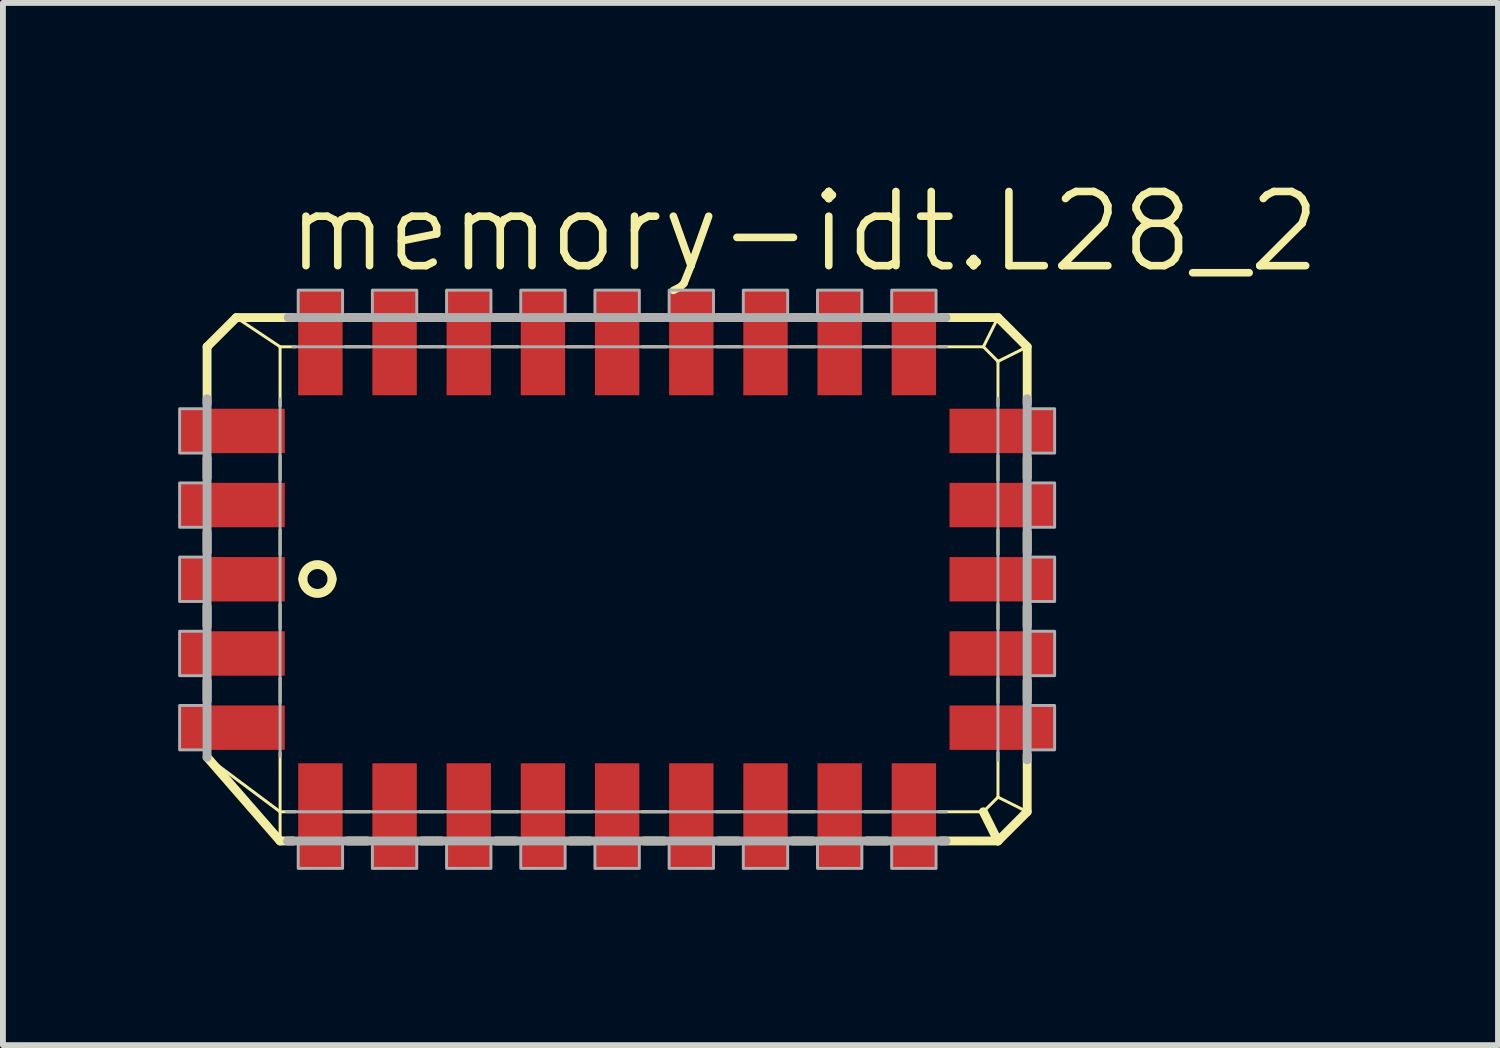
<source format=kicad_pcb>
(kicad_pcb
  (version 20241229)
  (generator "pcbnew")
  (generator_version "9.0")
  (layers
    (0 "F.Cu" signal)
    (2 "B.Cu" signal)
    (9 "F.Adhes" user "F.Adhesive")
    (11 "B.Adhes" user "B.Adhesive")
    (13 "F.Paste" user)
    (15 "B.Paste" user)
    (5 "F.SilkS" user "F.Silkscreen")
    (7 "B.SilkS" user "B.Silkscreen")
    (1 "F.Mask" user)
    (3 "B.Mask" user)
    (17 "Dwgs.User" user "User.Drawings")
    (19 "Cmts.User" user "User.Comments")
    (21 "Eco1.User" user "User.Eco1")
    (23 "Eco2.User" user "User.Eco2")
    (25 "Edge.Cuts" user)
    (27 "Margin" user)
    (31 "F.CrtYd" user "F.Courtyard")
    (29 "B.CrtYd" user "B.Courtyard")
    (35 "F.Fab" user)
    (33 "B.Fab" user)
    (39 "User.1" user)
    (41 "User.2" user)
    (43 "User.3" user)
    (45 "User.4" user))
  (footprint "memory-idt.L28_2"
    (layer "F.Cu")
    (at 7.515 6.867)
    (property "Reference" "memory-idt.L28_2" (at -5.715 -5.207 0) (layer "F.SilkS") (effects (font (size 1.27 1.27) (thickness 0.13)) (justify left bottom)))
    (attr smd)
    (fp_line (start -7.02 -3.98) (end -6.52 -4.48) (stroke (width 0.152) (type default)) (layer "F.SilkS"))
    (fp_line (start -7.02 -3.005) (end -7.02 -3.98) (stroke (width 0.152) (type default)) (layer "F.SilkS"))
    (fp_line (start -7.02 -1.735) (end -7.02 -2.075) (stroke (width 0.152) (type default)) (layer "F.SilkS"))
    (fp_line (start -7.02 -0.465) (end -7.02 -0.805) (stroke (width 0.152) (type default)) (layer "F.SilkS"))
    (fp_line (start -7.02 0.805) (end -7.02 0.465) (stroke (width 0.152) (type default)) (layer "F.SilkS"))
    (fp_line (start -7.02 2.075) (end -7.02 1.735) (stroke (width 0.152) (type default)) (layer "F.SilkS"))
    (fp_line (start -6.52 -4.48) (end -5.77 -3.98) (stroke (width 0.051) (type default)) (layer "F.SilkS"))
    (fp_line (start -6.52 -4.48) (end -5.545 -4.48) (stroke (width 0.152) (type default)) (layer "F.SilkS"))
    (fp_line (start -5.77 -3.98) (end -5.505 -3.98) (stroke (width 0.051) (type default)) (layer "F.SilkS"))
    (fp_line (start -5.77 -2.965) (end -5.77 -3.98) (stroke (width 0.051) (type default)) (layer "F.SilkS"))
    (fp_line (start -5.77 -1.695) (end -5.77 -2.115) (stroke (width 0.051) (type default)) (layer "F.SilkS"))
    (fp_line (start -5.77 -0.425) (end -5.77 -0.845) (stroke (width 0.051) (type default)) (layer "F.SilkS"))
    (fp_line (start -5.77 0.845) (end -5.77 0.425) (stroke (width 0.051) (type default)) (layer "F.SilkS"))
    (fp_line (start -5.77 2.115) (end -5.77 1.695) (stroke (width 0.051) (type default)) (layer "F.SilkS"))
    (fp_line (start -5.77 3.98) (end -7.015 3.051) (stroke (width 0.051) (type default)) (layer "F.SilkS"))
    (fp_line (start -5.77 3.98) (end -5.77 2.965) (stroke (width 0.051) (type default)) (layer "F.SilkS"))
    (fp_line (start -5.77 4.48) (end -7.02 3.045) (stroke (width 0.152) (type default)) (layer "F.SilkS"))
    (fp_line (start -5.77 4.48) (end -5.77 3.98) (stroke (width 0.051) (type default)) (layer "F.SilkS"))
    (fp_line (start -5.545 4.48) (end -5.77 4.48) (stroke (width 0.152) (type default)) (layer "F.SilkS"))
    (fp_line (start -5.505 3.98) (end -5.77 3.98) (stroke (width 0.051) (type default)) (layer "F.SilkS"))
    (fp_line (start -4.655 -3.98) (end -4.235 -3.98) (stroke (width 0.051) (type default)) (layer "F.SilkS"))
    (fp_line (start -4.615 -4.48) (end -4.275 -4.48) (stroke (width 0.152) (type default)) (layer "F.SilkS"))
    (fp_line (start -4.275 4.48) (end -4.615 4.48) (stroke (width 0.152) (type default)) (layer "F.SilkS"))
    (fp_line (start -4.235 3.98) (end -4.655 3.98) (stroke (width 0.051) (type default)) (layer "F.SilkS"))
    (fp_line (start -3.385 -3.98) (end -2.965 -3.98) (stroke (width 0.051) (type default)) (layer "F.SilkS"))
    (fp_line (start -3.345 -4.48) (end -3.005 -4.48) (stroke (width 0.152) (type default)) (layer "F.SilkS"))
    (fp_line (start -3.005 4.48) (end -3.345 4.48) (stroke (width 0.152) (type default)) (layer "F.SilkS"))
    (fp_line (start -2.965 3.98) (end -3.385 3.98) (stroke (width 0.051) (type default)) (layer "F.SilkS"))
    (fp_line (start -2.115 -3.98) (end -1.695 -3.98) (stroke (width 0.051) (type default)) (layer "F.SilkS"))
    (fp_line (start -2.075 -4.48) (end -1.735 -4.48) (stroke (width 0.152) (type default)) (layer "F.SilkS"))
    (fp_line (start -1.735 4.48) (end -2.075 4.48) (stroke (width 0.152) (type default)) (layer "F.SilkS"))
    (fp_line (start -1.695 3.98) (end -2.115 3.98) (stroke (width 0.051) (type default)) (layer "F.SilkS"))
    (fp_line (start -0.845 -3.98) (end -0.425 -3.98) (stroke (width 0.051) (type default)) (layer "F.SilkS"))
    (fp_line (start -0.805 -4.48) (end -0.465 -4.48) (stroke (width 0.152) (type default)) (layer "F.SilkS"))
    (fp_line (start -0.465 4.48) (end -0.805 4.48) (stroke (width 0.152) (type default)) (layer "F.SilkS"))
    (fp_line (start -0.425 3.98) (end -0.845 3.98) (stroke (width 0.051) (type default)) (layer "F.SilkS"))
    (fp_line (start 0.425 -3.98) (end 0.845 -3.98) (stroke (width 0.051) (type default)) (layer "F.SilkS"))
    (fp_line (start 0.465 -4.48) (end 0.805 -4.48) (stroke (width 0.152) (type default)) (layer "F.SilkS"))
    (fp_line (start 0.805 4.48) (end 0.465 4.48) (stroke (width 0.152) (type default)) (layer "F.SilkS"))
    (fp_line (start 0.845 3.98) (end 0.425 3.98) (stroke (width 0.051) (type default)) (layer "F.SilkS"))
    (fp_line (start 1.695 -3.98) (end 2.115 -3.98) (stroke (width 0.051) (type default)) (layer "F.SilkS"))
    (fp_line (start 1.735 -4.48) (end 2.075 -4.48) (stroke (width 0.152) (type default)) (layer "F.SilkS"))
    (fp_line (start 2.075 4.48) (end 1.735 4.48) (stroke (width 0.152) (type default)) (layer "F.SilkS"))
    (fp_line (start 2.115 3.98) (end 1.695 3.98) (stroke (width 0.051) (type default)) (layer "F.SilkS"))
    (fp_line (start 2.965 -3.98) (end 3.385 -3.98) (stroke (width 0.051) (type default)) (layer "F.SilkS"))
    (fp_line (start 3.005 -4.48) (end 3.345 -4.48) (stroke (width 0.152) (type default)) (layer "F.SilkS"))
    (fp_line (start 3.345 4.48) (end 3.005 4.48) (stroke (width 0.152) (type default)) (layer "F.SilkS"))
    (fp_line (start 3.385 3.98) (end 2.965 3.98) (stroke (width 0.051) (type default)) (layer "F.SilkS"))
    (fp_line (start 4.235 -3.98) (end 4.655 -3.98) (stroke (width 0.051) (type default)) (layer "F.SilkS"))
    (fp_line (start 4.275 -4.48) (end 4.615 -4.48) (stroke (width 0.152) (type default)) (layer "F.SilkS"))
    (fp_line (start 4.615 4.48) (end 4.275 4.48) (stroke (width 0.152) (type default)) (layer "F.SilkS"))
    (fp_line (start 4.655 3.98) (end 4.235 3.98) (stroke (width 0.051) (type default)) (layer "F.SilkS"))
    (fp_line (start 5.505 -3.98) (end 6.27 -3.98) (stroke (width 0.051) (type default)) (layer "F.SilkS"))
    (fp_line (start 5.545 -4.48) (end 6.52 -4.48) (stroke (width 0.152) (type default)) (layer "F.SilkS"))
    (fp_line (start 6.27 -3.98) (end 6.52 -4.48) (stroke (width 0.051) (type default)) (layer "F.SilkS"))
    (fp_line (start 6.27 -3.98) (end 6.52 -3.73) (stroke (width 0.051) (type default)) (layer "F.SilkS"))
    (fp_line (start 6.27 3.98) (end 5.505 3.98) (stroke (width 0.051) (type default)) (layer "F.SilkS"))
    (fp_line (start 6.52 -4.48) (end 7.02 -3.98) (stroke (width 0.152) (type default)) (layer "F.SilkS"))
    (fp_line (start 6.52 -3.73) (end 6.52 -2.965) (stroke (width 0.051) (type default)) (layer "F.SilkS"))
    (fp_line (start 6.52 -3.73) (end 7.02 -3.98) (stroke (width 0.051) (type default)) (layer "F.SilkS"))
    (fp_line (start 6.52 -2.115) (end 6.52 -1.695) (stroke (width 0.051) (type default)) (layer "F.SilkS"))
    (fp_line (start 6.52 -0.845) (end 6.52 -0.425) (stroke (width 0.051) (type default)) (layer "F.SilkS"))
    (fp_line (start 6.52 0.425) (end 6.52 0.845) (stroke (width 0.051) (type default)) (layer "F.SilkS"))
    (fp_line (start 6.52 1.695) (end 6.52 2.115) (stroke (width 0.051) (type default)) (layer "F.SilkS"))
    (fp_line (start 6.52 2.965) (end 6.52 3.73) (stroke (width 0.051) (type default)) (layer "F.SilkS"))
    (fp_line (start 6.52 3.73) (end 6.27 3.98) (stroke (width 0.051) (type default)) (layer "F.SilkS"))
    (fp_line (start 6.52 4.48) (end 5.545 4.48) (stroke (width 0.152) (type default)) (layer "F.SilkS"))
    (fp_line (start 6.52 4.48) (end 6.27 3.98) (stroke (width 0.152) (type default)) (layer "F.SilkS"))
    (fp_line (start 7.02 -3.98) (end 7.02 -3.005) (stroke (width 0.152) (type default)) (layer "F.SilkS"))
    (fp_line (start 7.02 -2.075) (end 7.02 -1.735) (stroke (width 0.152) (type default)) (layer "F.SilkS"))
    (fp_line (start 7.02 -0.805) (end 7.02 -0.465) (stroke (width 0.152) (type default)) (layer "F.SilkS"))
    (fp_line (start 7.02 0.465) (end 7.02 0.805) (stroke (width 0.152) (type default)) (layer "F.SilkS"))
    (fp_line (start 7.02 1.735) (end 7.02 2.075) (stroke (width 0.152) (type default)) (layer "F.SilkS"))
    (fp_line (start 7.02 3.005) (end 7.02 3.98) (stroke (width 0.152) (type default)) (layer "F.SilkS"))
    (fp_line (start 7.02 3.98) (end 6.52 3.73) (stroke (width 0.051) (type default)) (layer "F.SilkS"))
    (fp_line (start 7.02 3.98) (end 6.52 4.48) (stroke (width 0.152) (type default)) (layer "F.SilkS"))
    (fp_arc (start -5.38 -0.001) (mid -5.13 -0.251) (end -4.88 -0.001) (stroke (width 0.1524) (type default)) (layer "F.SilkS"))
    (fp_arc (start -4.88 -0.007) (mid -5.131 0.242) (end -5.38 -0.009) (stroke (width 0.1524) (type default)) (layer "F.SilkS"))
    (fp_line (start -7.02 3.047) (end -7.02 -3.091) (stroke (width 0.152) (type default)) (layer "F.Fab"))
    (fp_line (start -5.77 3.028) (end -5.77 -3.085) (stroke (width 0.051) (type default)) (layer "F.Fab"))
    (fp_line (start -5.631 -4.48) (end 5.631 -4.48) (stroke (width 0.152) (type default)) (layer "F.Fab"))
    (fp_line (start -5.549 -3.98) (end 5.635 -3.98) (stroke (width 0.051) (type default)) (layer "F.Fab"))
    (fp_line (start 5.631 4.48) (end -5.643 4.48) (stroke (width 0.152) (type default)) (layer "F.Fab"))
    (fp_line (start 5.635 3.98) (end -5.656 3.98) (stroke (width 0.051) (type default)) (layer "F.Fab"))
    (fp_line (start 6.52 -3.095) (end 6.52 3.095) (stroke (width 0.051) (type default)) (layer "F.Fab"))
    (fp_line (start 7.02 -3.091) (end 7.02 3.091) (stroke (width 0.152) (type default)) (layer "F.Fab"))
    (fp_rect (start -7.49 -2.16) (end -7.02 -2.92) (stroke (width 0.05) (type default)) (fill no) (layer "F.Fab"))
    (fp_rect (start -7.49 -0.89) (end -7.02 -1.65) (stroke (width 0.05) (type default)) (fill no) (layer "F.Fab"))
    (fp_rect (start -7.49 0.38) (end -7.02 -0.38) (stroke (width 0.05) (type default)) (fill no) (layer "F.Fab"))
    (fp_rect (start -7.49 1.65) (end -7.02 0.89) (stroke (width 0.05) (type default)) (fill no) (layer "F.Fab"))
    (fp_rect (start -7.49 2.92) (end -7.02 2.16) (stroke (width 0.05) (type default)) (fill no) (layer "F.Fab"))
    (fp_rect (start -5.46 -4.48) (end -4.7 -4.95) (stroke (width 0.05) (type default)) (fill no) (layer "F.Fab"))
    (fp_rect (start -5.46 4.95) (end -4.7 4.48) (stroke (width 0.05) (type default)) (fill no) (layer "F.Fab"))
    (fp_rect (start -4.19 -4.48) (end -3.43 -4.95) (stroke (width 0.05) (type default)) (fill no) (layer "F.Fab"))
    (fp_rect (start -4.19 4.95) (end -3.43 4.48) (stroke (width 0.05) (type default)) (fill no) (layer "F.Fab"))
    (fp_rect (start -2.92 -4.48) (end -2.16 -4.95) (stroke (width 0.05) (type default)) (fill no) (layer "F.Fab"))
    (fp_rect (start -2.92 4.95) (end -2.16 4.48) (stroke (width 0.05) (type default)) (fill no) (layer "F.Fab"))
    (fp_rect (start -1.65 -4.48) (end -0.89 -4.95) (stroke (width 0.05) (type default)) (fill no) (layer "F.Fab"))
    (fp_rect (start -1.65 4.95) (end -0.89 4.48) (stroke (width 0.05) (type default)) (fill no) (layer "F.Fab"))
    (fp_rect (start -0.38 -4.48) (end 0.38 -4.95) (stroke (width 0.05) (type default)) (fill no) (layer "F.Fab"))
    (fp_rect (start -0.38 4.95) (end 0.38 4.48) (stroke (width 0.05) (type default)) (fill no) (layer "F.Fab"))
    (fp_rect (start 0.89 -4.48) (end 1.65 -4.95) (stroke (width 0.05) (type default)) (fill no) (layer "F.Fab"))
    (fp_rect (start 0.89 4.95) (end 1.65 4.48) (stroke (width 0.05) (type default)) (fill no) (layer "F.Fab"))
    (fp_rect (start 2.16 -4.48) (end 2.92 -4.95) (stroke (width 0.05) (type default)) (fill no) (layer "F.Fab"))
    (fp_rect (start 2.16 4.95) (end 2.92 4.48) (stroke (width 0.05) (type default)) (fill no) (layer "F.Fab"))
    (fp_rect (start 3.43 -4.48) (end 4.19 -4.95) (stroke (width 0.05) (type default)) (fill no) (layer "F.Fab"))
    (fp_rect (start 3.43 4.95) (end 4.19 4.48) (stroke (width 0.05) (type default)) (fill no) (layer "F.Fab"))
    (fp_rect (start 4.7 -4.48) (end 5.46 -4.95) (stroke (width 0.05) (type default)) (fill no) (layer "F.Fab"))
    (fp_rect (start 4.7 4.95) (end 5.46 4.48) (stroke (width 0.05) (type default)) (fill no) (layer "F.Fab"))
    (fp_rect (start 7.02 -2.16) (end 7.49 -2.92) (stroke (width 0.05) (type default)) (fill no) (layer "F.Fab"))
    (fp_rect (start 7.02 -0.89) (end 7.49 -1.65) (stroke (width 0.05) (type default)) (fill no) (layer "F.Fab"))
    (fp_rect (start 7.02 0.38) (end 7.49 -0.38) (stroke (width 0.05) (type default)) (fill no) (layer "F.Fab"))
    (fp_rect (start 7.02 1.65) (end 7.49 0.89) (stroke (width 0.05) (type default)) (fill no) (layer "F.Fab"))
    (fp_rect (start 7.02 2.92) (end 7.49 2.16) (stroke (width 0.05) (type default)) (fill no) (layer "F.Fab"))
    (pad "1" smd roundrect (at -6.59 0) (size 1.8 0.76) (layers "F.Cu" "F.Mask" "F.Paste") (roundrect_rratio 0.01))
    (pad "2" smd roundrect (at -6.59 1.27) (size 1.8 0.76) (layers "F.Cu" "F.Mask" "F.Paste") (roundrect_rratio 0.01))
    (pad "3" smd roundrect (at -6.59 2.54) (size 1.8 0.76) (layers "F.Cu" "F.Mask" "F.Paste") (roundrect_rratio 0.01))
    (pad "4" smd roundrect (at -5.08 4.05) (size 0.76 1.8) (layers "F.Cu" "F.Mask" "F.Paste") (roundrect_rratio 0.01))
    (pad "5" smd roundrect (at -3.81 4.05) (size 0.76 1.8) (layers "F.Cu" "F.Mask" "F.Paste") (roundrect_rratio 0.01))
    (pad "6" smd roundrect (at -2.54 4.05) (size 0.76 1.8) (layers "F.Cu" "F.Mask" "F.Paste") (roundrect_rratio 0.01))
    (pad "7" smd roundrect (at -1.27 4.05) (size 0.76 1.8) (layers "F.Cu" "F.Mask" "F.Paste") (roundrect_rratio 0.01))
    (pad "8" smd roundrect (at 0 4.05) (size 0.76 1.8) (layers "F.Cu" "F.Mask" "F.Paste") (roundrect_rratio 0.01))
    (pad "9" smd roundrect (at 1.27 4.05) (size 0.76 1.8) (layers "F.Cu" "F.Mask" "F.Paste") (roundrect_rratio 0.01))
    (pad "10" smd roundrect (at 2.54 4.05) (size 0.76 1.8) (layers "F.Cu" "F.Mask" "F.Paste") (roundrect_rratio 0.01))
    (pad "11" smd roundrect (at 3.81 4.05) (size 0.76 1.8) (layers "F.Cu" "F.Mask" "F.Paste") (roundrect_rratio 0.01))
    (pad "12" smd roundrect (at 5.08 4.05) (size 0.76 1.8) (layers "F.Cu" "F.Mask" "F.Paste") (roundrect_rratio 0.01))
    (pad "13" smd roundrect (at 6.59 2.54) (size 1.8 0.76) (layers "F.Cu" "F.Mask" "F.Paste") (roundrect_rratio 0.01))
    (pad "14" smd roundrect (at 6.59 1.27) (size 1.8 0.76) (layers "F.Cu" "F.Mask" "F.Paste") (roundrect_rratio 0.01))
    (pad "15" smd roundrect (at 6.59 0) (size 1.8 0.76) (layers "F.Cu" "F.Mask" "F.Paste") (roundrect_rratio 0.01))
    (pad "16" smd roundrect (at 6.59 -1.27) (size 1.8 0.76) (layers "F.Cu" "F.Mask" "F.Paste") (roundrect_rratio 0.01))
    (pad "17" smd roundrect (at 6.59 -2.54) (size 1.8 0.76) (layers "F.Cu" "F.Mask" "F.Paste") (roundrect_rratio 0.01))
    (pad "18" smd roundrect (at 5.08 -4.05) (size 0.76 1.8) (layers "F.Cu" "F.Mask" "F.Paste") (roundrect_rratio 0.01))
    (pad "19" smd roundrect (at 3.81 -4.05) (size 0.76 1.8) (layers "F.Cu" "F.Mask" "F.Paste") (roundrect_rratio 0.01))
    (pad "20" smd roundrect (at 2.54 -4.05) (size 0.76 1.8) (layers "F.Cu" "F.Mask" "F.Paste") (roundrect_rratio 0.01))
    (pad "21" smd roundrect (at 1.27 -4.05) (size 0.76 1.8) (layers "F.Cu" "F.Mask" "F.Paste") (roundrect_rratio 0.01))
    (pad "22" smd roundrect (at 0 -4.05) (size 0.76 1.8) (layers "F.Cu" "F.Mask" "F.Paste") (roundrect_rratio 0.01))
    (pad "23" smd roundrect (at -1.27 -4.05) (size 0.76 1.8) (layers "F.Cu" "F.Mask" "F.Paste") (roundrect_rratio 0.01))
    (pad "24" smd roundrect (at -2.54 -4.05) (size 0.76 1.8) (layers "F.Cu" "F.Mask" "F.Paste") (roundrect_rratio 0.01))
    (pad "25" smd roundrect (at -3.81 -4.05) (size 0.76 1.8) (layers "F.Cu" "F.Mask" "F.Paste") (roundrect_rratio 0.01))
    (pad "26" smd roundrect (at -5.08 -4.05) (size 0.76 1.8) (layers "F.Cu" "F.Mask" "F.Paste") (roundrect_rratio 0.01))
    (pad "27" smd roundrect (at -6.59 -2.54) (size 1.8 0.76) (layers "F.Cu" "F.Mask" "F.Paste") (roundrect_rratio 0.01))
    (pad "28" smd roundrect (at -6.59 -1.27) (size 1.8 0.76) (layers "F.Cu" "F.Mask" "F.Paste") (roundrect_rratio 0.01)))
  (gr_rect
    (start -3 -3)
    (end 22.595 14.842)
    (stroke (width 0.1) (type default))
    (fill no)
    (layer "Edge.Cuts")))
</source>
